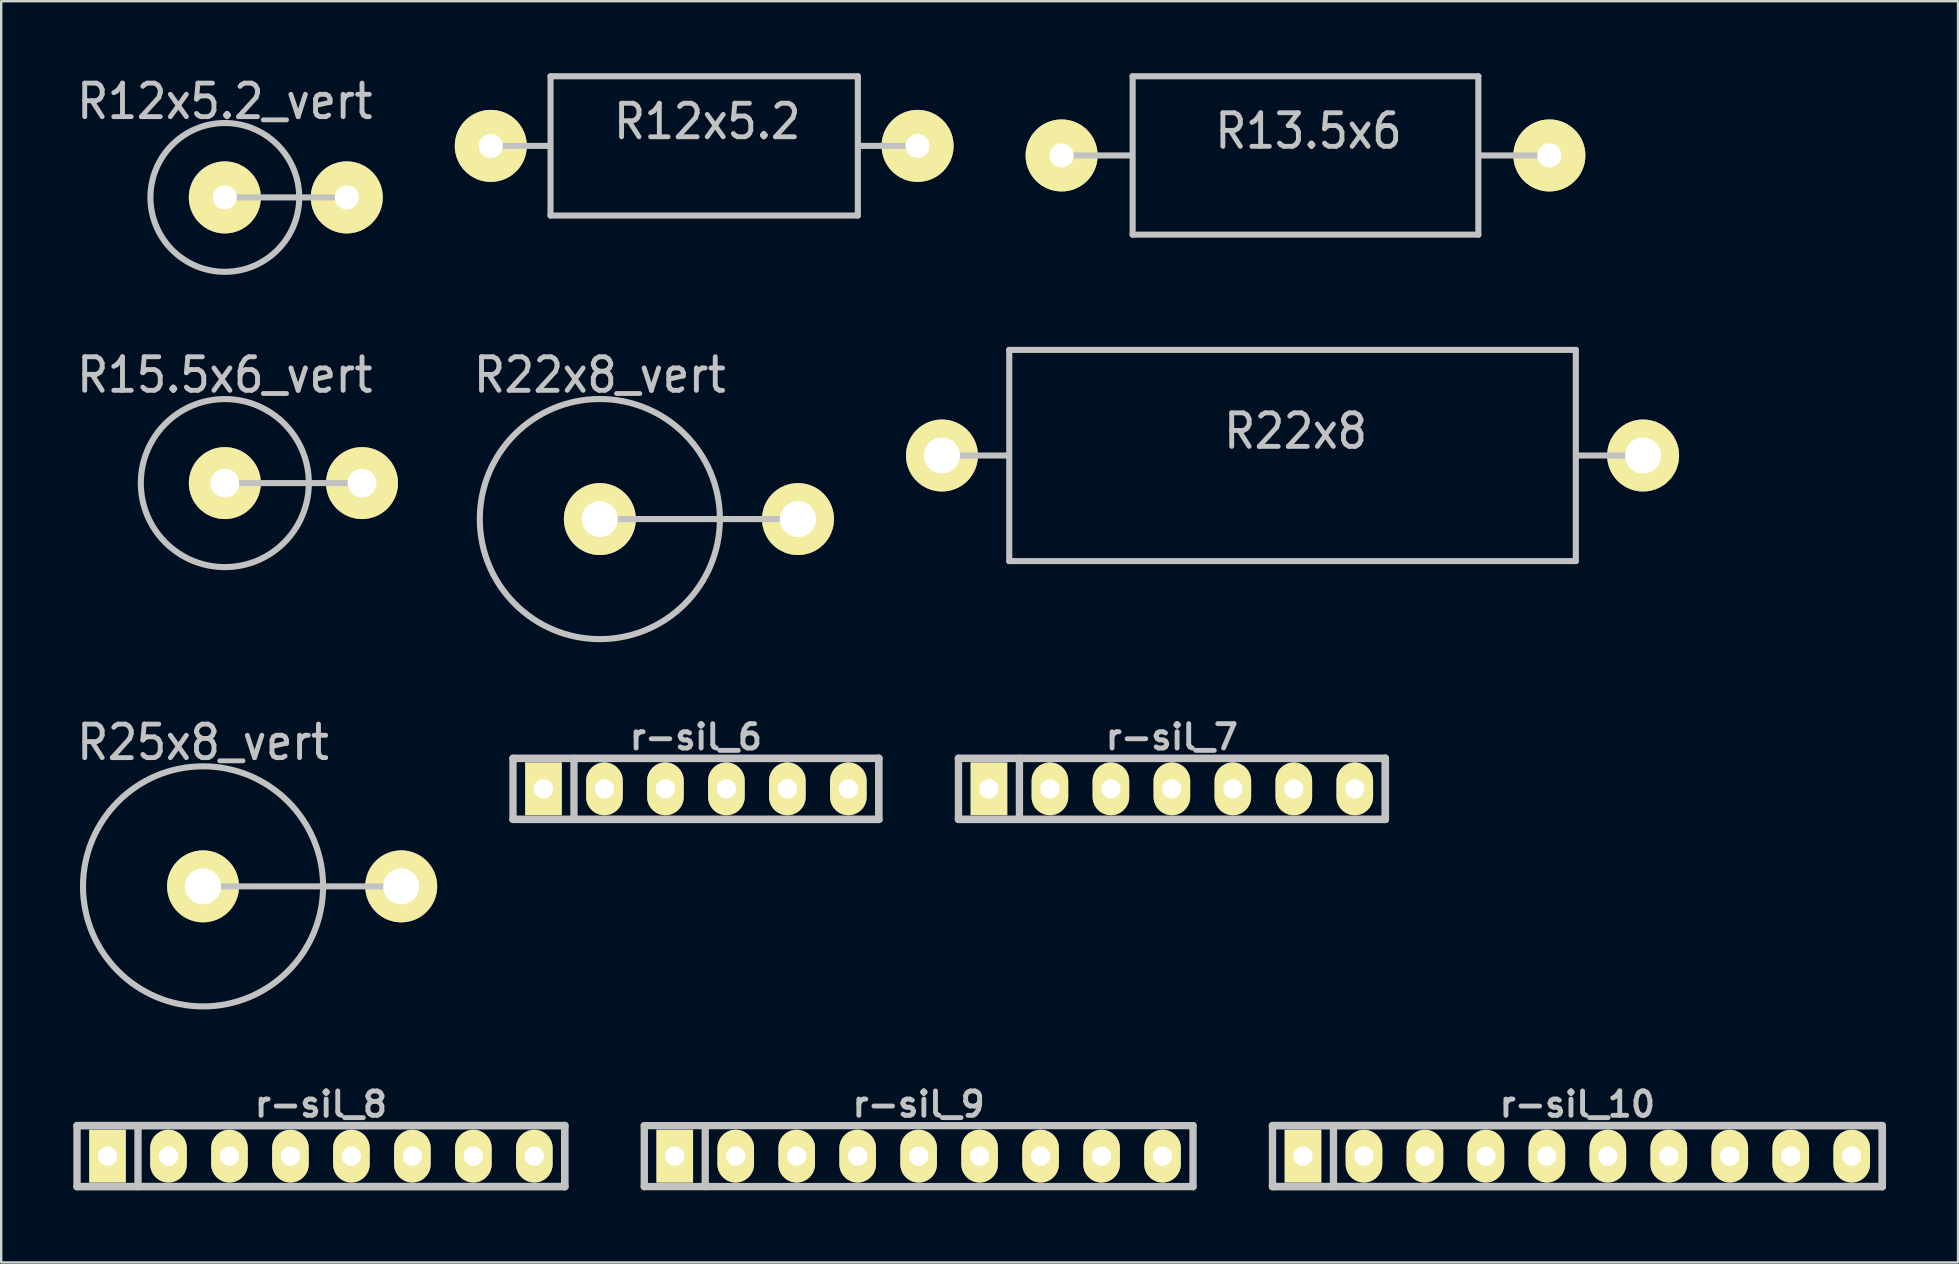
<source format=kicad_pcb>
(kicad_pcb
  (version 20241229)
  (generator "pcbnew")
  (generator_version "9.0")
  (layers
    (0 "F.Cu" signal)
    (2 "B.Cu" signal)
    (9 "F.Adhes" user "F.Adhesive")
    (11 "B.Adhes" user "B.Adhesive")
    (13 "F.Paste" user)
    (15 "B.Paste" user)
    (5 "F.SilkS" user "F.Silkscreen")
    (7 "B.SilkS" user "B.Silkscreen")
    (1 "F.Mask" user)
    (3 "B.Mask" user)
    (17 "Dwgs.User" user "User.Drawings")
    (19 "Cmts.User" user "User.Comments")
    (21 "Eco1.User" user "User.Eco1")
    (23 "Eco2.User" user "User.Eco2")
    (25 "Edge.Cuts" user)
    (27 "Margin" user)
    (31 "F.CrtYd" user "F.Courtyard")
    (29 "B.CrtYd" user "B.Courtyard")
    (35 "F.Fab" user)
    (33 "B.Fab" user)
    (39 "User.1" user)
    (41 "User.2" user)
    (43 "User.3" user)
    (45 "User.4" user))
  (footprint "r-sil_6"
    (layer "F.Cu")
    (at 25.941 29.812)
    (property "Reference" "r-sil_6" (at 0 -2.159 0) (layer "Dwgs.User") (effects (font (size 1.016 1.016) (thickness 0.203))))
    (attr through_hole)
    (fp_line (start -7.62 -1.27) (end 7.62 -1.27) (stroke (width 0.318) (type solid)) (layer "Dwgs.User"))
    (fp_line (start -7.62 1.27) (end -7.62 -1.27) (stroke (width 0.305) (type solid)) (layer "Dwgs.User"))
    (fp_line (start -5.08 -1.27) (end -5.08 1.27) (stroke (width 0.305) (type solid)) (layer "Dwgs.User"))
    (fp_line (start 7.62 -1.27) (end 7.62 1.27) (stroke (width 0.318) (type solid)) (layer "Dwgs.User"))
    (fp_line (start 7.62 1.27) (end -7.62 1.27) (stroke (width 0.318) (type solid)) (layer "Dwgs.User"))
    (pad "1" thru_hole rect (at -6.35 0) (size 1.524 2.197) (drill 0.8) (layers "*.Cu" "*.Mask" "F.SilkS"))
    (pad "2" thru_hole oval (at -3.81 0) (size 1.524 2.197) (drill 0.8) (layers "*.Cu" "*.Mask" "F.SilkS"))
    (pad "3" thru_hole oval (at -1.27 0) (size 1.524 2.197) (drill 0.8) (layers "*.Cu" "*.Mask" "F.SilkS"))
    (pad "4" thru_hole oval (at 1.27 0) (size 1.524 2.197) (drill 0.8) (layers "*.Cu" "*.Mask" "F.SilkS"))
    (pad "5" thru_hole oval (at 3.81 0) (size 1.524 2.197) (drill 0.8) (layers "*.Cu" "*.Mask" "F.SilkS"))
    (pad "6" thru_hole oval (at 6.35 0) (size 1.524 2.197) (drill 0.8) (layers "*.Cu" "*.Mask" "F.SilkS")))
  (footprint "R12x5.2_vert"
    (layer "F.Cu")
    (at 6.316 5.174)
    (property "Reference" "R12x5.2_vert" (at 0 -4 0) (layer "Dwgs.User") (effects (font (size 1.397 1.27) (thickness 0.203))))
    (attr through_hole)
    (fp_line (start 0 0) (end 5.1 0) (stroke (width 0.254) (type solid)) (layer "Dwgs.User"))
    (fp_circle (center 0 0) (end -3.099 0) (stroke (width 0.254) (type solid)) (fill no) (layer "Dwgs.User"))
    (pad "1" thru_hole circle (at 0 0) (size 3 3) (drill 1.001) (layers "*.Cu" "*.Mask" "F.SilkS"))
    (pad "2" thru_hole circle (at 5.08 0) (size 3 3) (drill 1.001) (layers "*.Cu" "*.Mask" "F.SilkS")))
  (footprint "R22x8"
    (layer "F.Cu")
    (at 50.796 15.926)
    (property "Reference" "R22x8" (at 0.127 -1.016 0) (layer "Dwgs.User") (effects (font (size 1.397 1.27) (thickness 0.203))))
    (attr through_hole)
    (fp_line (start -11.852 0) (end -14.602 0) (stroke (width 0.254) (type solid)) (layer "Dwgs.User"))
    (fp_line (start -11.801 -4.399) (end 11.801 -4.399) (stroke (width 0.254) (type solid)) (layer "Dwgs.User"))
    (fp_line (start -11.801 4.399) (end -11.801 -4.399) (stroke (width 0.254) (type solid)) (layer "Dwgs.User"))
    (fp_line (start 11.801 -4.399) (end 11.801 4.399) (stroke (width 0.254) (type solid)) (layer "Dwgs.User"))
    (fp_line (start 11.801 4.399) (end -11.801 4.399) (stroke (width 0.254) (type solid)) (layer "Dwgs.User"))
    (fp_line (start 11.852 0) (end 14.602 0) (stroke (width 0.254) (type solid)) (layer "Dwgs.User"))
    (pad "1" thru_hole circle (at -14.605 0) (size 2.997 2.997) (drill 1.499) (layers "*.Cu" "*.Mask" "F.SilkS"))
    (pad "2" thru_hole circle (at 14.605 0) (size 2.997 2.997) (drill 1.499) (layers "*.Cu" "*.Mask" "F.SilkS")))
  (footprint "R25x8_vert"
    (layer "F.Cu")
    (at 5.409 33.875)
    (property "Reference" "R25x8_vert" (at 0 -5.999 0) (layer "Dwgs.User") (effects (font (size 1.397 1.27) (thickness 0.203))))
    (attr through_hole)
    (fp_line (start 0 0) (end 8.301 0) (stroke (width 0.254) (type solid)) (layer "Dwgs.User"))
    (fp_circle (center 0 0) (end -5.001 0) (stroke (width 0.254) (type solid)) (fill no) (layer "Dwgs.User"))
    (pad "1" thru_hole circle (at 0 0) (size 2.997 2.997) (drill 1.499) (layers "*.Cu" "*.Mask" "F.SilkS"))
    (pad "2" thru_hole circle (at 8.255 0) (size 2.997 2.997) (drill 1.499) (layers "*.Cu" "*.Mask" "F.SilkS")))
  (footprint "r-sil_9"
    (layer "F.Cu")
    (at 35.22 45.113)
    (property "Reference" "r-sil_9" (at 0 -2.159 0) (layer "Dwgs.User") (effects (font (size 1.016 1.016) (thickness 0.203))))
    (attr through_hole)
    (fp_line (start -11.43 -1.27) (end 11.43 -1.27) (stroke (width 0.305) (type solid)) (layer "Dwgs.User"))
    (fp_line (start -11.43 1.27) (end -11.43 -1.27) (stroke (width 0.305) (type solid)) (layer "Dwgs.User"))
    (fp_line (start -8.89 -1.27) (end -8.89 1.27) (stroke (width 0.305) (type solid)) (layer "Dwgs.User"))
    (fp_line (start 11.43 -1.27) (end 11.43 1.27) (stroke (width 0.305) (type solid)) (layer "Dwgs.User"))
    (fp_line (start 11.43 1.27) (end -11.43 1.27) (stroke (width 0.305) (type solid)) (layer "Dwgs.User"))
    (pad "1" thru_hole rect (at -10.16 0) (size 1.524 2.2) (drill 0.8) (layers "*.Cu" "*.Mask" "F.SilkS"))
    (pad "2" thru_hole oval (at -7.62 0) (size 1.524 2.2) (drill 0.8) (layers "*.Cu" "*.Mask" "F.SilkS"))
    (pad "3" thru_hole oval (at -5.08 0) (size 1.524 2.2) (drill 0.8) (layers "*.Cu" "*.Mask" "F.SilkS"))
    (pad "4" thru_hole oval (at -2.54 0) (size 1.524 2.2) (drill 0.8) (layers "*.Cu" "*.Mask" "F.SilkS"))
    (pad "5" thru_hole oval (at 0 0) (size 1.524 2.2) (drill 0.8) (layers "*.Cu" "*.Mask" "F.SilkS"))
    (pad "6" thru_hole oval (at 2.54 0) (size 1.524 2.2) (drill 0.8) (layers "*.Cu" "*.Mask" "F.SilkS"))
    (pad "7" thru_hole oval (at 5.08 0) (size 1.524 2.2) (drill 0.8) (layers "*.Cu" "*.Mask" "F.SilkS"))
    (pad "8" thru_hole oval (at 7.62 0) (size 1.524 2.2) (drill 0.8) (layers "*.Cu" "*.Mask" "F.SilkS"))
    (pad "9" thru_hole oval (at 10.16 0) (size 1.524 2.2) (drill 0.8) (layers "*.Cu" "*.Mask" "F.SilkS")))
  (footprint "R12x5.2"
    (layer "F.Cu")
    (at 26.286 3.028)
    (property "Reference" "R12x5.2" (at 0.127 -1.016 0) (layer "Dwgs.User") (effects (font (size 1.397 1.27) (thickness 0.203))))
    (attr through_hole)
    (fp_line (start -6.452 0) (end -9.202 0) (stroke (width 0.254) (type solid)) (layer "Dwgs.User"))
    (fp_line (start -6.401 -2.901) (end -6.401 2.901) (stroke (width 0.254) (type solid)) (layer "Dwgs.User"))
    (fp_line (start -6.401 2.901) (end 6.401 2.901) (stroke (width 0.254) (type solid)) (layer "Dwgs.User"))
    (fp_line (start 6.401 -2.901) (end -6.401 -2.901) (stroke (width 0.254) (type solid)) (layer "Dwgs.User"))
    (fp_line (start 6.401 2.901) (end 6.401 -2.901) (stroke (width 0.254) (type solid)) (layer "Dwgs.User"))
    (fp_line (start 6.452 0) (end 9.202 0) (stroke (width 0.254) (type solid)) (layer "Dwgs.User"))
    (pad "1" thru_hole circle (at -8.89 0) (size 3 3) (drill 1.001) (layers "*.Cu" "*.Mask" "F.SilkS"))
    (pad "2" thru_hole circle (at 8.89 0) (size 3 3) (drill 1.001) (layers "*.Cu" "*.Mask" "F.SilkS")))
  (footprint "R13.5x6"
    (layer "F.Cu")
    (at 51.336 3.426)
    (property "Reference" "R13.5x6" (at 0.127 -1.016 0) (layer "Dwgs.User") (effects (font (size 1.397 1.27) (thickness 0.203))))
    (attr through_hole)
    (fp_line (start -7.252 0) (end -10.003 0) (stroke (width 0.254) (type solid)) (layer "Dwgs.User"))
    (fp_line (start -7.201 -3.299) (end 7.201 -3.299) (stroke (width 0.254) (type solid)) (layer "Dwgs.User"))
    (fp_line (start -7.201 3.299) (end -7.201 -3.299) (stroke (width 0.254) (type solid)) (layer "Dwgs.User"))
    (fp_line (start 7.201 -3.299) (end 7.201 3.299) (stroke (width 0.254) (type solid)) (layer "Dwgs.User"))
    (fp_line (start 7.201 3.299) (end -7.201 3.299) (stroke (width 0.254) (type solid)) (layer "Dwgs.User"))
    (fp_line (start 7.252 0) (end 10.003 0) (stroke (width 0.254) (type solid)) (layer "Dwgs.User"))
    (pad "1" thru_hole circle (at -10.16 0) (size 3 3) (drill 1.001) (layers "*.Cu" "*.Mask" "F.SilkS"))
    (pad "2" thru_hole circle (at 10.16 0) (size 3 3) (drill 1.001) (layers "*.Cu" "*.Mask" "F.SilkS")))
  (footprint "r-sil_8"
    (layer "F.Cu")
    (at 10.319 45.113)
    (property "Reference" "r-sil_8" (at 0 -2.159 0) (layer "Dwgs.User") (effects (font (size 1.016 1.016) (thickness 0.203))))
    (attr through_hole)
    (fp_line (start -10.16 -1.27) (end 10.16 -1.27) (stroke (width 0.318) (type solid)) (layer "Dwgs.User"))
    (fp_line (start -10.16 1.27) (end -10.16 -1.27) (stroke (width 0.305) (type solid)) (layer "Dwgs.User"))
    (fp_line (start -7.62 -1.27) (end -7.62 1.27) (stroke (width 0.305) (type solid)) (layer "Dwgs.User"))
    (fp_line (start 10.16 -1.27) (end 10.16 1.27) (stroke (width 0.318) (type solid)) (layer "Dwgs.User"))
    (fp_line (start 10.16 1.27) (end -10.16 1.27) (stroke (width 0.318) (type solid)) (layer "Dwgs.User"))
    (pad "1" thru_hole rect (at -8.89 0) (size 1.524 2.197) (drill 0.8) (layers "*.Cu" "*.Mask" "F.SilkS"))
    (pad "2" thru_hole oval (at -6.35 0) (size 1.524 2.197) (drill 0.8) (layers "*.Cu" "*.Mask" "F.SilkS"))
    (pad "3" thru_hole oval (at -3.81 0) (size 1.524 2.197) (drill 0.8) (layers "*.Cu" "*.Mask" "F.SilkS"))
    (pad "4" thru_hole oval (at -1.27 0) (size 1.524 2.197) (drill 0.8) (layers "*.Cu" "*.Mask" "F.SilkS"))
    (pad "5" thru_hole oval (at 1.27 0) (size 1.524 2.197) (drill 0.8) (layers "*.Cu" "*.Mask" "F.SilkS"))
    (pad "6" thru_hole oval (at 3.81 0) (size 1.524 2.197) (drill 0.8) (layers "*.Cu" "*.Mask" "F.SilkS"))
    (pad "7" thru_hole oval (at 6.35 0) (size 1.524 2.197) (drill 0.8) (layers "*.Cu" "*.Mask" "F.SilkS"))
    (pad "8" thru_hole oval (at 8.89 0) (size 1.524 2.197) (drill 0.8) (layers "*.Cu" "*.Mask" "F.SilkS")))
  (footprint "r-sil_10"
    (layer "F.Cu")
    (at 62.661 45.113)
    (property "Reference" "r-sil_10" (at 0 -2.159 0) (layer "Dwgs.User") (effects (font (size 1.016 1.016) (thickness 0.203))))
    (attr through_hole)
    (fp_line (start -12.7 -1.27) (end -12.7 1.27) (stroke (width 0.305) (type solid)) (layer "Dwgs.User"))
    (fp_line (start -12.7 -1.27) (end 12.7 -1.27) (stroke (width 0.318) (type solid)) (layer "Dwgs.User"))
    (fp_line (start -10.16 1.27) (end -10.16 -1.27) (stroke (width 0.305) (type solid)) (layer "Dwgs.User"))
    (fp_line (start 12.7 -1.27) (end 12.7 1.27) (stroke (width 0.318) (type solid)) (layer "Dwgs.User"))
    (fp_line (start 12.7 1.27) (end -12.7 1.27) (stroke (width 0.318) (type solid)) (layer "Dwgs.User"))
    (pad "1" thru_hole rect (at -11.43 0) (size 1.524 2.197) (drill 0.8) (layers "*.Cu" "*.Mask" "F.SilkS"))
    (pad "2" thru_hole oval (at -8.89 0) (size 1.524 2.197) (drill 0.8) (layers "*.Cu" "*.Mask" "F.SilkS"))
    (pad "3" thru_hole oval (at -6.35 0) (size 1.524 2.197) (drill 0.8) (layers "*.Cu" "*.Mask" "F.SilkS"))
    (pad "4" thru_hole oval (at -3.81 0) (size 1.524 2.197) (drill 0.8) (layers "*.Cu" "*.Mask" "F.SilkS"))
    (pad "5" thru_hole oval (at -1.27 0) (size 1.524 2.197) (drill 0.8) (layers "*.Cu" "*.Mask" "F.SilkS"))
    (pad "6" thru_hole oval (at 1.27 0) (size 1.524 2.197) (drill 0.8) (layers "*.Cu" "*.Mask" "F.SilkS"))
    (pad "7" thru_hole oval (at 3.81 0) (size 1.524 2.197) (drill 0.8) (layers "*.Cu" "*.Mask" "F.SilkS"))
    (pad "8" thru_hole oval (at 6.35 0) (size 1.524 2.197) (drill 0.8) (layers "*.Cu" "*.Mask" "F.SilkS"))
    (pad "9" thru_hole oval (at 8.89 0) (size 1.524 2.197) (drill 0.8) (layers "*.Cu" "*.Mask" "F.SilkS"))
    (pad "10" thru_hole oval (at 11.43 0) (size 1.524 2.197) (drill 0.8) (layers "*.Cu" "*.Mask" "F.SilkS")))
  (footprint "R22x8_vert"
    (layer "F.Cu")
    (at 21.939 18.574)
    (property "Reference" "R22x8_vert" (at 0 -5.999 0) (layer "Dwgs.User") (effects (font (size 1.397 1.27) (thickness 0.203))))
    (attr through_hole)
    (fp_line (start 0 0) (end 8.301 0) (stroke (width 0.254) (type solid)) (layer "Dwgs.User"))
    (fp_circle (center 0 0) (end -5.001 0) (stroke (width 0.254) (type solid)) (fill no) (layer "Dwgs.User"))
    (pad "1" thru_hole circle (at 0 0) (size 2.997 2.997) (drill 1.499) (layers "*.Cu" "*.Mask" "F.SilkS"))
    (pad "2" thru_hole circle (at 8.255 0) (size 2.997 2.997) (drill 1.499) (layers "*.Cu" "*.Mask" "F.SilkS")))
  (footprint "r-sil_7"
    (layer "F.Cu")
    (at 45.769 29.812)
    (property "Reference" "r-sil_7" (at 0 -2.159 0) (layer "Dwgs.User") (effects (font (size 1.016 1.016) (thickness 0.203))))
    (attr through_hole)
    (fp_line (start -8.89 -1.27) (end 8.89 -1.27) (stroke (width 0.318) (type solid)) (layer "Dwgs.User"))
    (fp_line (start -8.89 1.27) (end -8.89 -1.27) (stroke (width 0.305) (type solid)) (layer "Dwgs.User"))
    (fp_line (start -6.35 -1.27) (end -6.35 1.27) (stroke (width 0.305) (type solid)) (layer "Dwgs.User"))
    (fp_line (start 8.89 -1.27) (end 8.89 1.27) (stroke (width 0.318) (type solid)) (layer "Dwgs.User"))
    (fp_line (start 8.89 1.27) (end -8.89 1.27) (stroke (width 0.318) (type solid)) (layer "Dwgs.User"))
    (pad "1" thru_hole rect (at -7.62 0) (size 1.524 2.197) (drill 0.8) (layers "*.Cu" "*.Mask" "F.SilkS"))
    (pad "2" thru_hole oval (at -5.08 0) (size 1.524 2.197) (drill 0.8) (layers "*.Cu" "*.Mask" "F.SilkS"))
    (pad "3" thru_hole oval (at -2.54 0) (size 1.524 2.197) (drill 0.8) (layers "*.Cu" "*.Mask" "F.SilkS"))
    (pad "4" thru_hole oval (at 0 0) (size 1.524 2.197) (drill 0.8) (layers "*.Cu" "*.Mask" "F.SilkS"))
    (pad "5" thru_hole oval (at 2.54 0) (size 1.524 2.197) (drill 0.8) (layers "*.Cu" "*.Mask" "F.SilkS"))
    (pad "6" thru_hole oval (at 5.08 0) (size 1.524 2.197) (drill 0.8) (layers "*.Cu" "*.Mask" "F.SilkS"))
    (pad "7" thru_hole oval (at 7.62 0) (size 1.524 2.197) (drill 0.8) (layers "*.Cu" "*.Mask" "F.SilkS")))
  (footprint "R15.5x6_vert"
    (layer "F.Cu")
    (at 6.316 17.075)
    (property "Reference" "R15.5x6_vert" (at 0 -4.501 0) (layer "Dwgs.User") (effects (font (size 1.397 1.27) (thickness 0.203))))
    (attr through_hole)
    (fp_line (start 0 0) (end 5.7 0) (stroke (width 0.254) (type solid)) (layer "Dwgs.User"))
    (fp_circle (center 0 0) (end -3.5 0) (stroke (width 0.254) (type solid)) (fill no) (layer "Dwgs.User"))
    (pad "1" thru_hole circle (at 0 0) (size 2.997 2.997) (drill 1.199) (layers "*.Cu" "*.Mask" "F.SilkS"))
    (pad "2" thru_hole circle (at 5.715 0) (size 2.997 2.997) (drill 1.199) (layers "*.Cu" "*.Mask" "F.SilkS")))
  (gr_rect
    (start -3 -3)
    (end 78.52 49.542)
    (stroke (width 0.1) (type default))
    (fill no)
    (layer "Edge.Cuts")))
</source>
